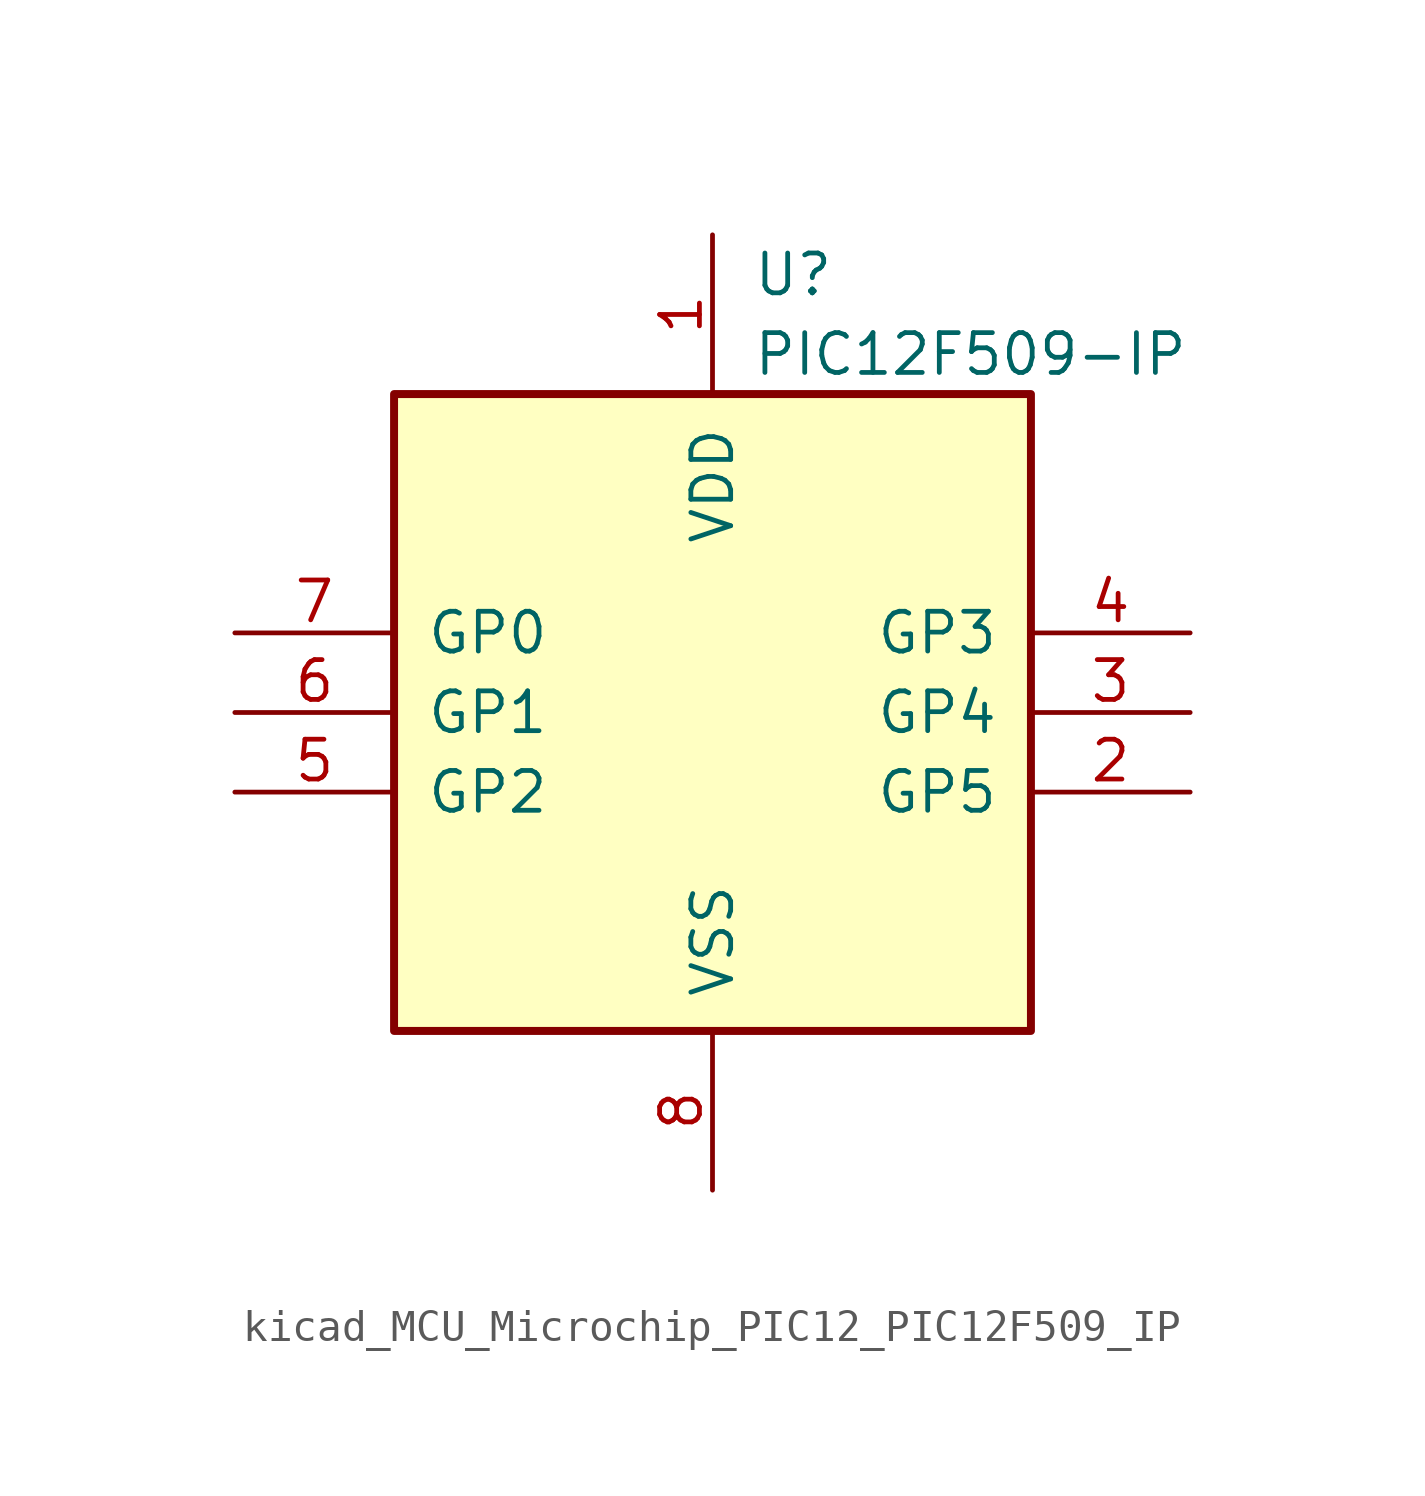
<source format=kicad_sym>
(kicad_symbol_lib
  (version 20220914)
  (generator kicad_symbol_editor)
  (symbol "kicad_MCU_Microchip_PIC12_PIC12F509_IP"
    (pin_names
      (offset 1.016))
    (property "Reference" "U"
      (at 1.27 13.97 0)
      (effects (font (size 1.27 1.27)) (justify left)))
    (property "Value" "PIC12F509-IP"
      (at 1.27 11.43 0)
      (effects (font (size 1.27 1.27)) (justify left)))
    (symbol "kicad_MCU_Microchip_PIC12_PIC12F509_IP_0_1"
      (rectangle (start 10.16 -10.16) (end -10.16 10.16) (stroke (width 0.254) (type default)) (fill (type background))))
    (symbol "kicad_MCU_Microchip_PIC12_PIC12F509_IP_1_1"
      (pin power_in line (at 0 15.24 270) (length 5.08) (name "VDD" (effects (font (size 1.27 1.27)))) (number "1" (effects (font (size 1.27 1.27)))))
      (pin bidirectional line (at 15.24 -2.54 180) (length 5.08) (name "GP5" (effects (font (size 1.27 1.27)))) (number "2" (effects (font (size 1.27 1.27)))))
      (pin bidirectional line (at 15.24 0 180) (length 5.08) (name "GP4" (effects (font (size 1.27 1.27)))) (number "3" (effects (font (size 1.27 1.27)))))
      (pin input line (at 15.24 2.54 180) (length 5.08) (name "GP3" (effects (font (size 1.27 1.27)))) (number "4" (effects (font (size 1.27 1.27)))))
      (pin bidirectional line (at -15.24 -2.54 0) (length 5.08) (name "GP2" (effects (font (size 1.27 1.27)))) (number "5" (effects (font (size 1.27 1.27)))))
      (pin bidirectional line (at -15.24 0 0) (length 5.08) (name "GP1" (effects (font (size 1.27 1.27)))) (number "6" (effects (font (size 1.27 1.27)))))
      (pin bidirectional line (at -15.24 2.54 0) (length 5.08) (name "GP0" (effects (font (size 1.27 1.27)))) (number "7" (effects (font (size 1.27 1.27)))))
      (pin power_in line (at 0 -15.24 90) (length 5.08) (name "VSS" (effects (font (size 1.27 1.27)))) (number "8" (effects (font (size 1.27 1.27))))))))
</source>
